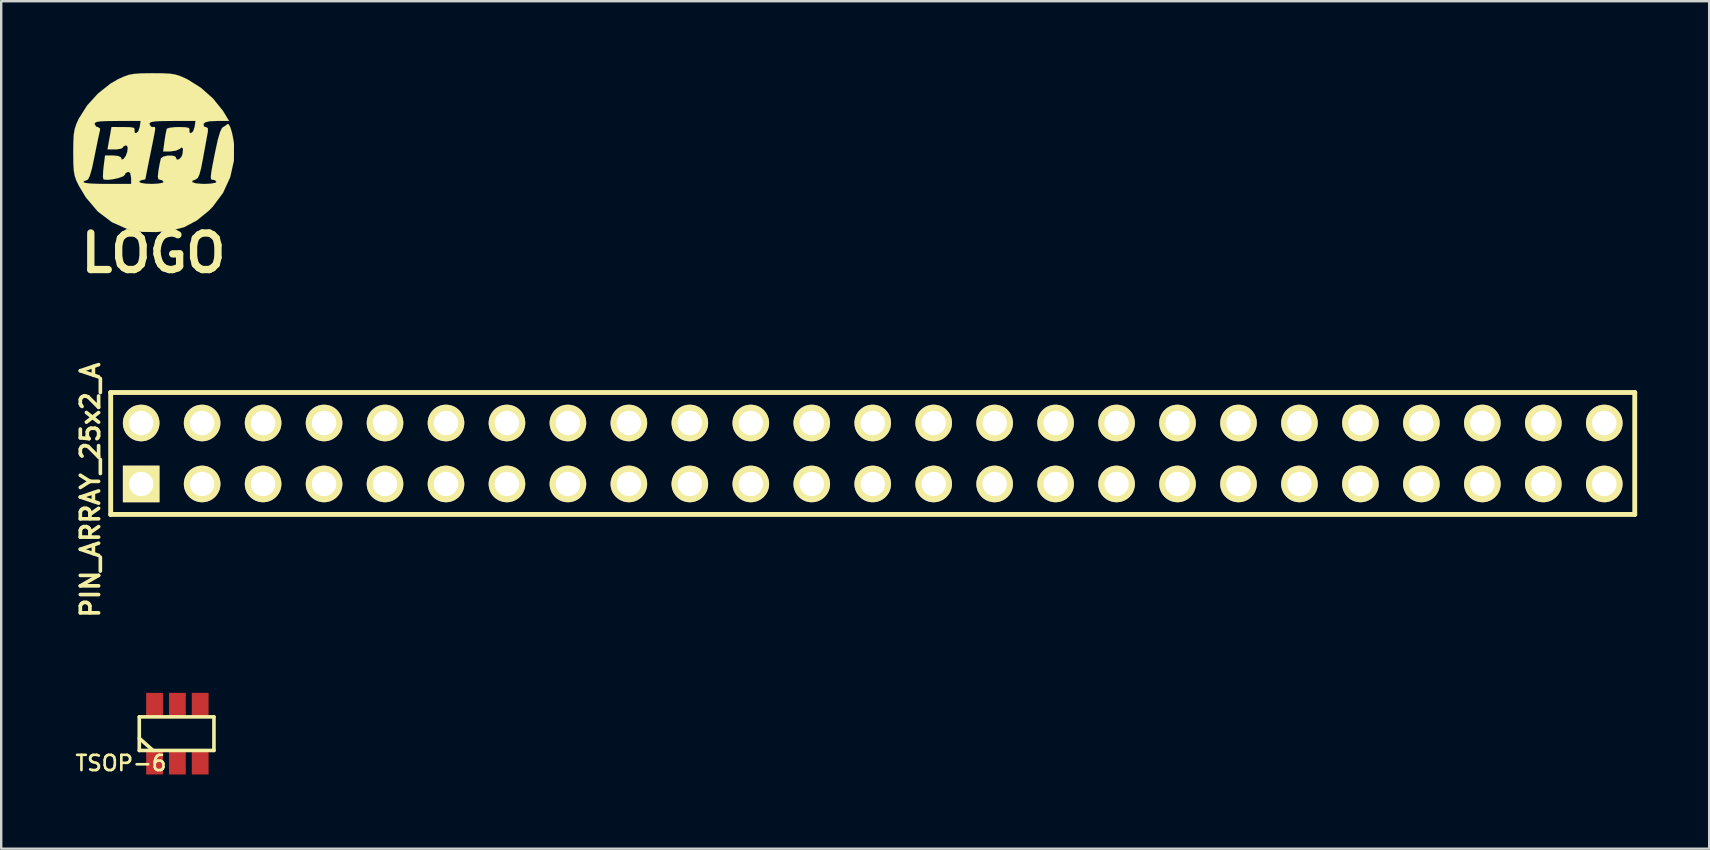
<source format=kicad_pcb>
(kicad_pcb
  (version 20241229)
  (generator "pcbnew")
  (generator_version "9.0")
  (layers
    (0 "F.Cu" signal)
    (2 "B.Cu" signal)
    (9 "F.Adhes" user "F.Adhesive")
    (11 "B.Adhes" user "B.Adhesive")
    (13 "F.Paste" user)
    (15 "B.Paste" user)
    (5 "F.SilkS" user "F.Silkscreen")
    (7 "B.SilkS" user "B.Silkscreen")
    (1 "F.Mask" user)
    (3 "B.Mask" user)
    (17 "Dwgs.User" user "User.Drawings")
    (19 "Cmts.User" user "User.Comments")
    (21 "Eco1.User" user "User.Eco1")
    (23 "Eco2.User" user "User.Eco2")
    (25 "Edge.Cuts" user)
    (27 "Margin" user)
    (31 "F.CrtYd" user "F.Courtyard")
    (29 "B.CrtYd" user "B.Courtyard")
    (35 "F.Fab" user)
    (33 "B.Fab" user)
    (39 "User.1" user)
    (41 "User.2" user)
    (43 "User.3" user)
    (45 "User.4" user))
  (footprint "PIN_ARRAY_25x2_A"
    (layer "F.Cu")
    (at 33.312 15.844)
    (property "Reference" "PIN_ARRAY_25x2_A" (at -32.598 1.524 90) (layer "F.SilkS") (effects (font (size 0.762 0.762) (thickness 0.152))))
    (attr through_hole)
    (fp_line (start -31.75 -2.54) (end -31.75 2.54) (stroke (width 0.203) (type solid)) (layer "F.SilkS"))
    (fp_line (start -31.75 2.54) (end 31.75 2.54) (stroke (width 0.203) (type solid)) (layer "F.SilkS"))
    (fp_line (start 31.75 -2.54) (end -31.75 -2.54) (stroke (width 0.203) (type solid)) (layer "F.SilkS"))
    (fp_line (start 31.75 2.54) (end 31.75 -2.54) (stroke (width 0.203) (type solid)) (layer "F.SilkS"))
    (pad "1" thru_hole rect (at -30.48 1.27) (size 1.524 1.524) (drill 1.016) (layers "*.Cu" "*.Mask" "F.SilkS"))
    (pad "2" thru_hole circle (at -30.48 -1.27) (size 1.524 1.524) (drill 1.016) (layers "*.Cu" "*.Mask" "F.SilkS"))
    (pad "3" thru_hole circle (at -27.94 1.27) (size 1.524 1.524) (drill 1.016) (layers "*.Cu" "*.Mask" "F.SilkS"))
    (pad "4" thru_hole circle (at -27.94 -1.27) (size 1.524 1.524) (drill 1.016) (layers "*.Cu" "*.Mask" "F.SilkS"))
    (pad "5" thru_hole circle (at -25.4 1.27) (size 1.524 1.524) (drill 1.016) (layers "*.Cu" "*.Mask" "F.SilkS"))
    (pad "6" thru_hole circle (at -25.4 -1.27) (size 1.524 1.524) (drill 1.016) (layers "*.Cu" "*.Mask" "F.SilkS"))
    (pad "7" thru_hole circle (at -22.86 1.27) (size 1.524 1.524) (drill 1.016) (layers "*.Cu" "*.Mask" "F.SilkS"))
    (pad "8" thru_hole circle (at -22.86 -1.27) (size 1.524 1.524) (drill 1.016) (layers "*.Cu" "*.Mask" "F.SilkS"))
    (pad "9" thru_hole circle (at -20.32 1.27) (size 1.524 1.524) (drill 1.016) (layers "*.Cu" "*.Mask" "F.SilkS"))
    (pad "10" thru_hole circle (at -20.32 -1.27) (size 1.524 1.524) (drill 1.016) (layers "*.Cu" "*.Mask" "F.SilkS"))
    (pad "11" thru_hole circle (at -17.78 1.27) (size 1.524 1.524) (drill 1.016) (layers "*.Cu" "*.Mask" "F.SilkS"))
    (pad "12" thru_hole circle (at -17.78 -1.27) (size 1.524 1.524) (drill 1.016) (layers "*.Cu" "*.Mask" "F.SilkS"))
    (pad "13" thru_hole circle (at -15.24 1.27) (size 1.524 1.524) (drill 1.016) (layers "*.Cu" "*.Mask" "F.SilkS"))
    (pad "14" thru_hole circle (at -15.24 -1.27) (size 1.524 1.524) (drill 1.016) (layers "*.Cu" "*.Mask" "F.SilkS"))
    (pad "15" thru_hole circle (at -12.7 1.27) (size 1.524 1.524) (drill 1.016) (layers "*.Cu" "*.Mask" "F.SilkS"))
    (pad "16" thru_hole circle (at -12.7 -1.27) (size 1.524 1.524) (drill 1.016) (layers "*.Cu" "*.Mask" "F.SilkS"))
    (pad "17" thru_hole circle (at -10.16 1.27) (size 1.524 1.524) (drill 1.016) (layers "*.Cu" "*.Mask" "F.SilkS"))
    (pad "18" thru_hole circle (at -10.16 -1.27) (size 1.524 1.524) (drill 1.016) (layers "*.Cu" "*.Mask" "F.SilkS"))
    (pad "19" thru_hole circle (at -7.62 1.27) (size 1.524 1.524) (drill 1.016) (layers "*.Cu" "*.Mask" "F.SilkS"))
    (pad "20" thru_hole circle (at -7.62 -1.27) (size 1.524 1.524) (drill 1.016) (layers "*.Cu" "*.Mask" "F.SilkS"))
    (pad "21" thru_hole circle (at -5.08 1.27) (size 1.524 1.524) (drill 1.016) (layers "*.Cu" "*.Mask" "F.SilkS"))
    (pad "22" thru_hole circle (at -5.08 -1.27) (size 1.524 1.524) (drill 1.016) (layers "*.Cu" "*.Mask" "F.SilkS"))
    (pad "23" thru_hole circle (at -2.54 1.27) (size 1.524 1.524) (drill 1.016) (layers "*.Cu" "*.Mask" "F.SilkS"))
    (pad "24" thru_hole circle (at -2.54 -1.27) (size 1.524 1.524) (drill 1.016) (layers "*.Cu" "*.Mask" "F.SilkS"))
    (pad "25" thru_hole circle (at 0 1.27) (size 1.524 1.524) (drill 1.016) (layers "*.Cu" "*.Mask" "F.SilkS"))
    (pad "26" thru_hole circle (at 0 -1.27) (size 1.524 1.524) (drill 1.016) (layers "*.Cu" "*.Mask" "F.SilkS"))
    (pad "27" thru_hole circle (at 2.54 1.27) (size 1.524 1.524) (drill 1.016) (layers "*.Cu" "*.Mask" "F.SilkS"))
    (pad "28" thru_hole circle (at 2.54 -1.27) (size 1.524 1.524) (drill 1.016) (layers "*.Cu" "*.Mask" "F.SilkS"))
    (pad "29" thru_hole circle (at 5.08 1.27) (size 1.524 1.524) (drill 1.016) (layers "*.Cu" "*.Mask" "F.SilkS"))
    (pad "30" thru_hole circle (at 5.08 -1.27) (size 1.524 1.524) (drill 1.016) (layers "*.Cu" "*.Mask" "F.SilkS"))
    (pad "31" thru_hole circle (at 7.62 1.27) (size 1.524 1.524) (drill 1.016) (layers "*.Cu" "*.Mask" "F.SilkS"))
    (pad "32" thru_hole circle (at 7.62 -1.27) (size 1.524 1.524) (drill 1.016) (layers "*.Cu" "*.Mask" "F.SilkS"))
    (pad "33" thru_hole circle (at 10.16 1.27) (size 1.524 1.524) (drill 1.016) (layers "*.Cu" "*.Mask" "F.SilkS"))
    (pad "34" thru_hole circle (at 10.16 -1.27) (size 1.524 1.524) (drill 1.016) (layers "*.Cu" "*.Mask" "F.SilkS"))
    (pad "35" thru_hole circle (at 12.7 1.27) (size 1.524 1.524) (drill 1.016) (layers "*.Cu" "*.Mask" "F.SilkS"))
    (pad "36" thru_hole circle (at 12.7 -1.27) (size 1.524 1.524) (drill 1.016) (layers "*.Cu" "*.Mask" "F.SilkS"))
    (pad "37" thru_hole circle (at 15.24 1.27) (size 1.524 1.524) (drill 1.016) (layers "*.Cu" "*.Mask" "F.SilkS"))
    (pad "38" thru_hole circle (at 15.24 -1.27) (size 1.524 1.524) (drill 1.016) (layers "*.Cu" "*.Mask" "F.SilkS"))
    (pad "39" thru_hole circle (at 17.78 1.27) (size 1.524 1.524) (drill 1.016) (layers "*.Cu" "*.Mask" "F.SilkS"))
    (pad "40" thru_hole circle (at 17.78 -1.27) (size 1.524 1.524) (drill 1.016) (layers "*.Cu" "*.Mask" "F.SilkS"))
    (pad "41" thru_hole circle (at 20.32 1.27) (size 1.524 1.524) (drill 1.016) (layers "*.Cu" "*.Mask" "F.SilkS"))
    (pad "42" thru_hole circle (at 20.32 -1.27) (size 1.524 1.524) (drill 1.016) (layers "*.Cu" "*.Mask" "F.SilkS"))
    (pad "43" thru_hole circle (at 22.86 1.27) (size 1.524 1.524) (drill 1.016) (layers "*.Cu" "*.Mask" "F.SilkS"))
    (pad "44" thru_hole circle (at 22.86 -1.27) (size 1.524 1.524) (drill 1.016) (layers "*.Cu" "*.Mask" "F.SilkS"))
    (pad "45" thru_hole circle (at 25.4 1.27) (size 1.524 1.524) (drill 1.016) (layers "*.Cu" "*.Mask" "F.SilkS"))
    (pad "46" thru_hole circle (at 25.4 -1.27) (size 1.524 1.524) (drill 1.016) (layers "*.Cu" "*.Mask" "F.SilkS"))
    (pad "47" thru_hole circle (at 27.94 1.27) (size 1.524 1.524) (drill 1.016) (layers "*.Cu" "*.Mask" "F.SilkS"))
    (pad "48" thru_hole circle (at 27.94 -1.27) (size 1.524 1.524) (drill 1.016) (layers "*.Cu" "*.Mask" "F.SilkS"))
    (pad "49" thru_hole circle (at 30.48 1.27) (size 1.524 1.524) (drill 1.016) (layers "*.Cu" "*.Mask" "F.SilkS"))
    (pad "50" thru_hole circle (at 30.48 -1.27) (size 1.524 1.524) (drill 1.016) (layers "*.Cu" "*.Mask" "F.SilkS")))
  (footprint "TSOP-6"
    (layer "F.Cu")
    (at 4.34 27.518)
    (property "Reference" "TSOP-6" (at -2.349 1.229 0) (layer "F.SilkS") (effects (font (size 0.635 0.635) (thickness 0.109))))
    (attr smd)
    (fp_line (start -1.587 -0.699) (end 1.524 -0.699) (stroke (width 0.15) (type solid)) (layer "F.SilkS"))
    (fp_line (start -1.587 0.699) (end -1.587 -0.699) (stroke (width 0.15) (type solid)) (layer "F.SilkS"))
    (fp_line (start -1.016 0.699) (end -1.587 0.191) (stroke (width 0.15) (type solid)) (layer "F.SilkS"))
    (fp_line (start 1.524 -0.699) (end 1.524 0.699) (stroke (width 0.15) (type solid)) (layer "F.SilkS"))
    (fp_line (start 1.524 0.699) (end -1.587 0.699) (stroke (width 0.15) (type solid)) (layer "F.SilkS"))
    (pad "1" smd rect (at -0.95 1.2) (size 0.7 1) (layers "F.Cu" "F.Mask" "F.Paste"))
    (pad "2" smd rect (at 0 1.2) (size 0.7 1) (layers "F.Cu" "F.Mask" "F.Paste"))
    (pad "3" smd rect (at 0.95 1.2) (size 0.7 1) (layers "F.Cu" "F.Mask" "F.Paste"))
    (pad "4" smd rect (at 0.95 -1.2) (size 0.7 1) (layers "F.Cu" "F.Mask" "F.Paste"))
    (pad "5" smd rect (at 0 -1.2) (size 0.7 1) (layers "F.Cu" "F.Mask" "F.Paste"))
    (pad "6" smd rect (at -0.95 -1.2) (size 0.7 1) (layers "F.Cu" "F.Mask" "F.Paste")))
  (footprint "LOGO"
    (layer "F.Cu")
    (at 3.346 3.344)
    (property "Reference" "LOGO" (at 0 4.148 0) (layer "F.SilkS") (effects (font (size 1.524 1.524) (thickness 0.305))))
    (attr through_hole)
    (fp_poly (pts (xy 3.353 -0.396) (xy 3.35 0.3) (xy 3.195 0.991) (xy 2.896 1.643) (xy 2.466 2.22) (xy 2.314 2.377) (xy 1.801 2.794) (xy 1.275 3.071) (xy 0.688 3.226) (xy 0.127 3.274) (xy -0.467 3.269) (xy -0.927 3.2) (xy -1.057 3.165) (xy -1.735 2.863) (xy -2.322 2.418) (xy -2.819 1.831) (xy -3.109 1.346) (xy -3.216 1.128) (xy -3.284 0.93) (xy -3.322 0.709) (xy -3.34 0.419) (xy -3.345 0.01) (xy -3.345 -0.043) (xy -3.34 -0.467) (xy -3.325 -0.772) (xy -3.287 -1.003) (xy -3.221 -1.212) (xy -3.117 -1.443) (xy -3.101 -1.468) (xy -2.769 -1.996) (xy -2.316 -2.494) (xy -1.798 -2.906) (xy -1.476 -3.094) (xy -1.237 -3.203) (xy -1.031 -3.277) (xy -0.805 -3.317) (xy -0.516 -3.338) (xy -0.109 -3.343) (xy -0.041 -3.343) (xy 0.378 -3.34) (xy 0.681 -3.325) (xy 0.909 -3.289) (xy 1.118 -3.223) (xy 1.354 -3.117) (xy 1.44 -3.073) (xy 1.976 -2.736) (xy 2.479 -2.289) (xy 2.888 -1.783) (xy 2.957 -1.671) (xy 3.147 -1.354) (xy 2.639 -1.354) (xy 2.327 -1.341) (xy 2.149 -1.295) (xy 2.085 -1.229) (xy 2.101 -1.12) (xy 2.172 -1.102) (xy 2.263 -1.059) (xy 2.266 -0.907) (xy 2.258 -0.869) (xy 2.223 -0.686) (xy 2.169 -0.386) (xy 2.101 -0.018) (xy 2.062 0.203) (xy 1.984 0.605) (xy 1.915 0.866) (xy 1.847 1.016) (xy 1.77 1.077) (xy 1.76 1.079) (xy 1.748 1.085) (xy 1.748 -1.354) (xy 0.79 -1.354) (xy 0.366 -1.351) (xy 0.084 -1.339) (xy -0.081 -1.313) (xy -0.155 -1.273) (xy -0.17 -1.227) (xy -0.102 -1.115) (xy -0.043 -1.1) (xy 0.015 -1.105) (xy 0.053 -1.097) (xy 0.069 -1.054) (xy 0.061 -0.95) (xy 0.025 -0.754) (xy -0.036 -0.447) (xy -0.127 0) (xy -0.208 0.396) (xy -0.274 0.729) (xy -0.32 0.963) (xy -0.338 1.067) (xy -0.338 1.069) (xy -0.409 1.097) (xy -0.465 1.1) (xy -0.538 1.128) (xy -0.538 -1.354) (xy -1.496 -1.354) (xy -1.92 -1.351) (xy -2.202 -1.339) (xy -2.367 -1.313) (xy -2.441 -1.273) (xy -2.456 -1.227) (xy -2.388 -1.118) (xy -2.324 -1.1) (xy -2.228 -1.044) (xy -2.233 -0.953) (xy -2.266 -0.813) (xy -2.324 -0.546) (xy -2.395 -0.196) (xy -2.464 0.147) (xy -2.565 0.625) (xy -2.657 0.94) (xy -2.733 1.087) (xy -2.758 1.1) (xy -2.898 1.158) (xy -2.921 1.186) (xy -2.865 1.224) (xy -2.649 1.252) (xy -2.278 1.267) (xy -1.953 1.27) (xy -0.932 1.27) (xy -0.932 1.016) (xy -0.97 0.813) (xy -1.059 0.762) (xy -1.171 0.826) (xy -1.186 0.881) (xy -1.26 0.95) (xy -1.445 1.019) (xy -1.679 1.072) (xy -1.905 1.1) (xy -2.062 1.087) (xy -2.09 1.069) (xy -2.106 0.968) (xy -2.098 0.749) (xy -2.078 0.554) (xy -2.019 0.084) (xy -1.687 0.084) (xy -1.478 0.104) (xy -1.361 0.157) (xy -1.354 0.175) (xy -1.321 0.259) (xy -1.245 0.224) (xy -1.156 0.104) (xy -1.092 -0.069) (xy -1.092 -0.071) (xy -1.074 -0.264) (xy -1.13 -0.338) (xy -1.153 -0.338) (xy -1.26 -0.29) (xy -1.27 -0.254) (xy -1.346 -0.201) (xy -1.532 -0.17) (xy -1.595 -0.17) (xy -1.918 -0.17) (xy -1.834 -0.635) (xy -1.75 -1.102) (xy -1.247 -1.1) (xy -0.965 -1.095) (xy -0.82 -1.067) (xy -0.785 -1.008) (xy -0.792 -0.973) (xy -0.782 -0.864) (xy -0.726 -0.846) (xy -0.635 -0.922) (xy -0.577 -1.097) (xy -0.574 -1.1) (xy -0.538 -1.354) (xy -0.538 1.128) (xy -0.579 1.146) (xy -0.592 1.186) (xy -0.516 1.229) (xy -0.315 1.26) (xy -0.084 1.27) (xy 0.185 1.257) (xy 0.368 1.224) (xy 0.424 1.186) (xy 0.353 1.113) (xy 0.287 1.1) (xy 0.206 1.074) (xy 0.18 0.968) (xy 0.203 0.742) (xy 0.208 0.709) (xy 0.254 0.447) (xy 0.297 0.249) (xy 0.312 0.201) (xy 0.409 0.13) (xy 0.584 0.089) (xy 0.775 0.089) (xy 0.907 0.127) (xy 0.932 0.17) (xy 0.973 0.259) (xy 1.067 0.241) (xy 1.166 0.137) (xy 1.209 0.02) (xy 1.229 -0.193) (xy 1.179 -0.254) (xy 1.082 -0.185) (xy 0.932 -0.117) (xy 0.709 -0.086) (xy 0.691 -0.084) (xy 0.401 -0.084) (xy 0.46 -0.526) (xy 0.5 -0.787) (xy 0.541 -0.978) (xy 0.559 -1.034) (xy 0.66 -1.069) (xy 0.879 -1.095) (xy 1.072 -1.1) (xy 1.341 -1.092) (xy 1.473 -1.062) (xy 1.501 -1.001) (xy 1.494 -0.975) (xy 1.504 -0.864) (xy 1.56 -0.846) (xy 1.651 -0.922) (xy 1.709 -1.097) (xy 1.712 -1.1) (xy 1.748 -1.354) (xy 1.748 1.085) (xy 1.615 1.14) (xy 1.623 1.199) (xy 1.763 1.245) (xy 2.019 1.267) (xy 2.116 1.27) (xy 2.388 1.257) (xy 2.57 1.224) (xy 2.624 1.186) (xy 2.555 1.11) (xy 2.497 1.1) (xy 2.436 1.095) (xy 2.398 1.064) (xy 2.388 0.983) (xy 2.403 0.823) (xy 2.446 0.561) (xy 2.522 0.173) (xy 2.573 -0.081) (xy 2.677 -0.564) (xy 2.774 -0.894) (xy 2.855 -1.064) (xy 2.885 -1.087) (xy 3.033 -1.181) (xy 3.063 -1.217) (xy 3.127 -1.224) (xy 3.2 -1.092) (xy 3.274 -0.851) (xy 3.335 -0.533) (xy 3.353 -0.396)) (stroke (width 0.003) (type solid)) (fill yes) (layer "F.SilkS")))
  (gr_rect
    (start -3 -3)
    (end 68.163 32.311)
    (stroke (width 0.1) (type default))
    (fill no)
    (layer "Edge.Cuts")))
</source>
